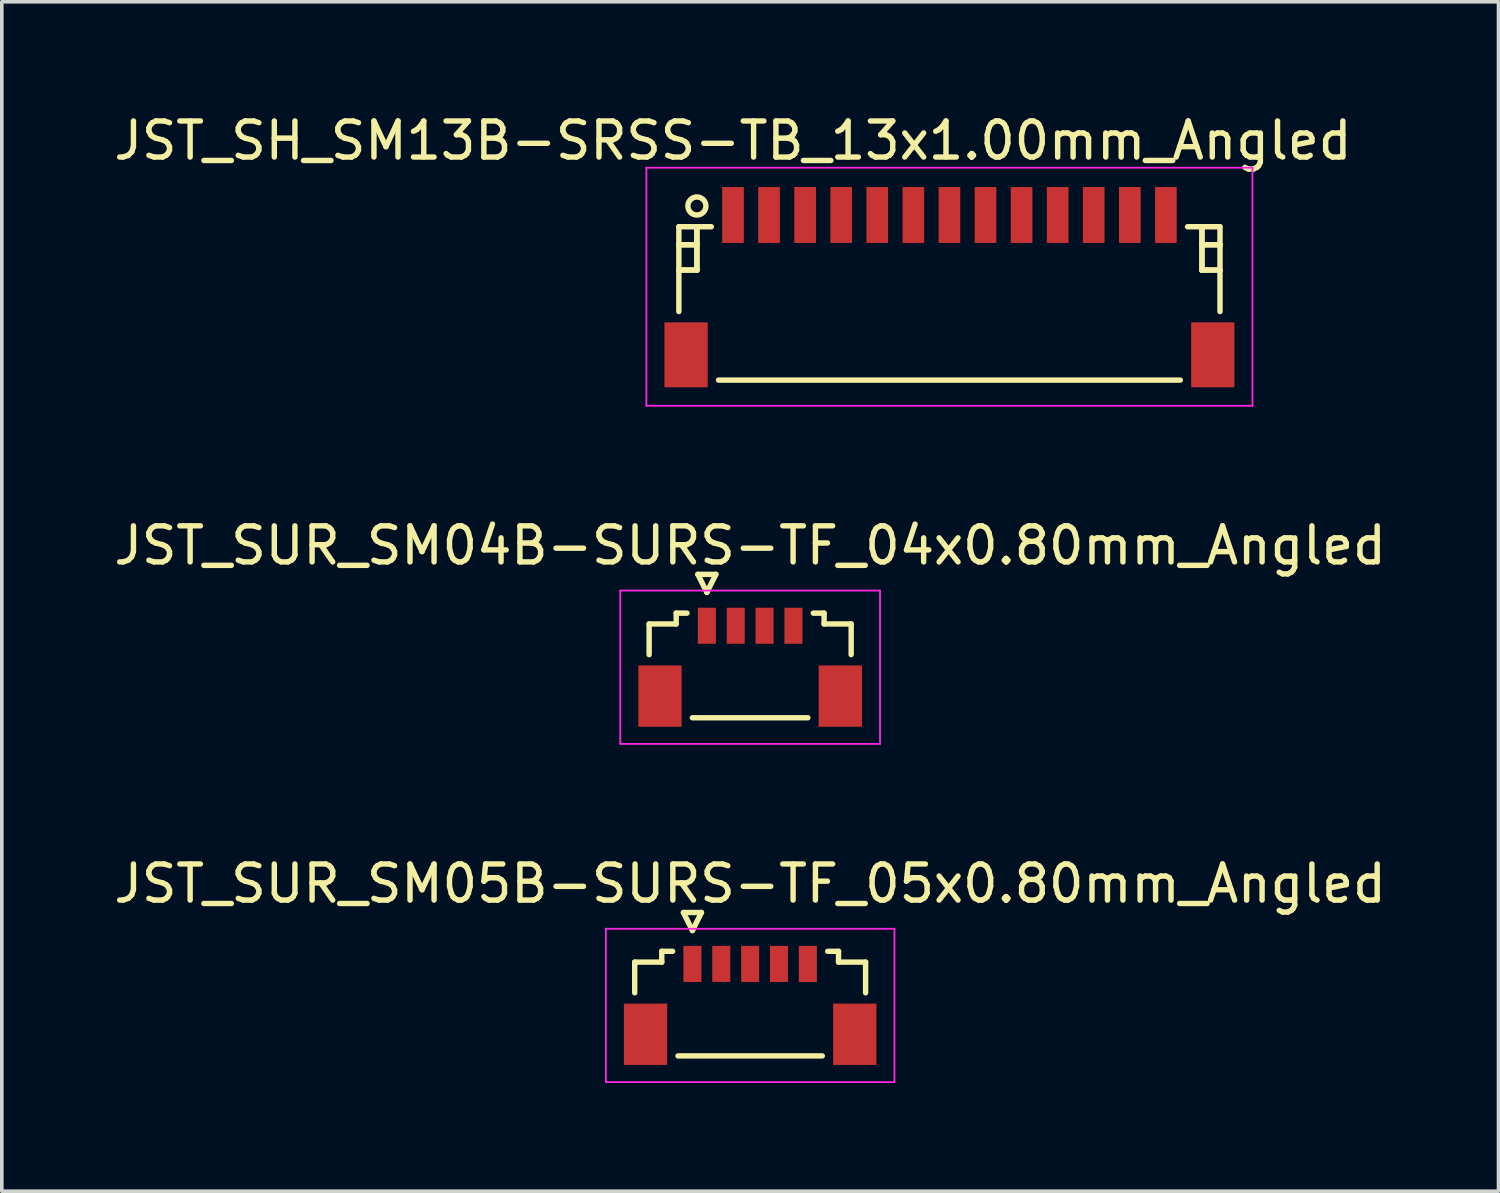
<source format=kicad_pcb>
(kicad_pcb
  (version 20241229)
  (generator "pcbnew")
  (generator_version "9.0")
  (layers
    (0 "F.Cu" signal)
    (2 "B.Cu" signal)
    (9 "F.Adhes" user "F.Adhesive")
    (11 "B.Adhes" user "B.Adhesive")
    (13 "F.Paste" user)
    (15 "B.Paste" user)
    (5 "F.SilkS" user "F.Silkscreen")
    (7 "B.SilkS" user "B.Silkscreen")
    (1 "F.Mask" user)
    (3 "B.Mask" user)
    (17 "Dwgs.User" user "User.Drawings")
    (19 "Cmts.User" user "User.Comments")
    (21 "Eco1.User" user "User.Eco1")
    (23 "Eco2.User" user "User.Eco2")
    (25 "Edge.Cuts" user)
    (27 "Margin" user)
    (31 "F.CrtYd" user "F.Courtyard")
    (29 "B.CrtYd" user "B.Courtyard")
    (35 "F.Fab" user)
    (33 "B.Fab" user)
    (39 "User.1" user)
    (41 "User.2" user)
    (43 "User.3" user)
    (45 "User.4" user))
  (footprint "JST_SH_SM13B-SRSS-TB_13x1.00mm_Angled"
    (layer "F.Cu")
    (at 23.268 4.848)
    (property "Reference" "JST_SH_SM13B-SRSS-TB_13x1.00mm_Angled" (at -6 -4 0) (layer "F.SilkS") (effects (font (size 1 1) (thickness 0.15))))
    (attr smd)
    (fp_line (start -7.5 -1.613) (end -6.6 -1.613) (stroke (width 0.15) (type solid)) (layer "F.SilkS"))
    (fp_line (start -7.5 -1.113) (end -7.5 -1.113) (stroke (width 0.15) (type solid)) (layer "F.SilkS"))
    (fp_line (start -7.5 -1.113) (end -7 -1.113) (stroke (width 0.15) (type solid)) (layer "F.SilkS"))
    (fp_line (start -7.5 -0.412) (end -7.5 -0.412) (stroke (width 0.15) (type solid)) (layer "F.SilkS"))
    (fp_line (start -7.5 -0.412) (end -7 -0.412) (stroke (width 0.15) (type solid)) (layer "F.SilkS"))
    (fp_line (start -7.5 0.738) (end -7.5 -1.613) (stroke (width 0.15) (type solid)) (layer "F.SilkS"))
    (fp_line (start -7 -1.613) (end -7 -1.613) (stroke (width 0.15) (type solid)) (layer "F.SilkS"))
    (fp_line (start -7 -1.613) (end -7 -0.412) (stroke (width 0.15) (type solid)) (layer "F.SilkS"))
    (fp_line (start -7 -1.113) (end -7.5 -1.113) (stroke (width 0.15) (type solid)) (layer "F.SilkS"))
    (fp_line (start -7 -1.113) (end -7 -1.113) (stroke (width 0.15) (type solid)) (layer "F.SilkS"))
    (fp_line (start -7 -0.412) (end -7.5 -0.412) (stroke (width 0.15) (type solid)) (layer "F.SilkS"))
    (fp_line (start -7 -0.412) (end -7 -1.613) (stroke (width 0.15) (type solid)) (layer "F.SilkS"))
    (fp_line (start -7 -0.412) (end -7 -0.412) (stroke (width 0.15) (type solid)) (layer "F.SilkS"))
    (fp_line (start -7 -0.412) (end -7 -0.412) (stroke (width 0.15) (type solid)) (layer "F.SilkS"))
    (fp_line (start -6.4 2.638) (end 6.4 2.638) (stroke (width 0.15) (type solid)) (layer "F.SilkS"))
    (fp_line (start 7 -1.613) (end 7 -1.613) (stroke (width 0.15) (type solid)) (layer "F.SilkS"))
    (fp_line (start 7 -1.613) (end 7 -0.412) (stroke (width 0.15) (type solid)) (layer "F.SilkS"))
    (fp_line (start 7 -1.113) (end 7 -1.113) (stroke (width 0.15) (type solid)) (layer "F.SilkS"))
    (fp_line (start 7 -1.113) (end 7.5 -1.113) (stroke (width 0.15) (type solid)) (layer "F.SilkS"))
    (fp_line (start 7 -0.412) (end 7 -1.613) (stroke (width 0.15) (type solid)) (layer "F.SilkS"))
    (fp_line (start 7 -0.412) (end 7 -0.412) (stroke (width 0.15) (type solid)) (layer "F.SilkS"))
    (fp_line (start 7 -0.412) (end 7 -0.412) (stroke (width 0.15) (type solid)) (layer "F.SilkS"))
    (fp_line (start 7 -0.412) (end 7.5 -0.412) (stroke (width 0.15) (type solid)) (layer "F.SilkS"))
    (fp_line (start 7.5 -1.613) (end 6.6 -1.613) (stroke (width 0.15) (type solid)) (layer "F.SilkS"))
    (fp_line (start 7.5 -1.113) (end 7 -1.113) (stroke (width 0.15) (type solid)) (layer "F.SilkS"))
    (fp_line (start 7.5 -1.113) (end 7.5 -1.113) (stroke (width 0.15) (type solid)) (layer "F.SilkS"))
    (fp_line (start 7.5 -0.412) (end 7 -0.412) (stroke (width 0.15) (type solid)) (layer "F.SilkS"))
    (fp_line (start 7.5 -0.412) (end 7.5 -0.412) (stroke (width 0.15) (type solid)) (layer "F.SilkS"))
    (fp_line (start 7.5 0.738) (end 7.5 -1.613) (stroke (width 0.15) (type solid)) (layer "F.SilkS"))
    (fp_circle (center -7 -2.188) (end -6.75 -2.188) (stroke (width 0.15) (type solid)) (fill no) (layer "F.SilkS"))
    (fp_line (start -8.4 -3.25) (end 8.4 -3.25) (stroke (width 0.05) (type solid)) (layer "F.CrtYd"))
    (fp_line (start -8.4 3.35) (end -8.4 -3.25) (stroke (width 0.05) (type solid)) (layer "F.CrtYd"))
    (fp_line (start 8.4 -3.25) (end 8.4 3.35) (stroke (width 0.05) (type solid)) (layer "F.CrtYd"))
    (fp_line (start 8.4 3.35) (end -8.4 3.35) (stroke (width 0.05) (type solid)) (layer "F.CrtYd"))
    (pad "" smd rect (at -7.3 1.938) (size 1.2 1.8) (layers "F.Cu" "F.Mask" "F.Paste"))
    (pad "" smd rect (at 7.3 1.938) (size 1.2 1.8) (layers "F.Cu" "F.Mask" "F.Paste"))
    (pad "1" smd rect (at -6 -1.938) (size 0.6 1.55) (layers "F.Cu" "F.Mask" "F.Paste"))
    (pad "2" smd rect (at -5 -1.938) (size 0.6 1.55) (layers "F.Cu" "F.Mask" "F.Paste"))
    (pad "3" smd rect (at -4 -1.938) (size 0.6 1.55) (layers "F.Cu" "F.Mask" "F.Paste"))
    (pad "4" smd rect (at -3 -1.938) (size 0.6 1.55) (layers "F.Cu" "F.Mask" "F.Paste"))
    (pad "5" smd rect (at -2 -1.938) (size 0.6 1.55) (layers "F.Cu" "F.Mask" "F.Paste"))
    (pad "6" smd rect (at -1 -1.938) (size 0.6 1.55) (layers "F.Cu" "F.Mask" "F.Paste"))
    (pad "7" smd rect (at 0 -1.938) (size 0.6 1.55) (layers "F.Cu" "F.Mask" "F.Paste"))
    (pad "8" smd rect (at 1 -1.938) (size 0.6 1.55) (layers "F.Cu" "F.Mask" "F.Paste"))
    (pad "9" smd rect (at 2 -1.938) (size 0.6 1.55) (layers "F.Cu" "F.Mask" "F.Paste"))
    (pad "10" smd rect (at 3 -1.938) (size 0.6 1.55) (layers "F.Cu" "F.Mask" "F.Paste"))
    (pad "11" smd rect (at 4 -1.938) (size 0.6 1.55) (layers "F.Cu" "F.Mask" "F.Paste"))
    (pad "12" smd rect (at 5 -1.938) (size 0.6 1.55) (layers "F.Cu" "F.Mask" "F.Paste"))
    (pad "13" smd rect (at 6 -1.938) (size 0.6 1.55) (layers "F.Cu" "F.Mask" "F.Paste")))
  (footprint "JST_SUR_SM04B-SURS-TF_04x0.80mm_Angled"
    (layer "F.Cu")
    (at 17.744 15.271)
    (property "Reference" "JST_SUR_SM04B-SURS-TF_04x0.80mm_Angled" (at 0 -3.2 0) (layer "F.SilkS") (effects (font (size 1 1) (thickness 0.15))))
    (attr smd)
    (fp_line (start -2.8 -1.025) (end -2.8 -0.175) (stroke (width 0.15) (type solid)) (layer "F.SilkS"))
    (fp_line (start -2.05 -1.325) (end -2.05 -1.025) (stroke (width 0.15) (type solid)) (layer "F.SilkS"))
    (fp_line (start -2.05 -1.025) (end -2.8 -1.025) (stroke (width 0.15) (type solid)) (layer "F.SilkS"))
    (fp_line (start -1.75 -1.325) (end -2.05 -1.325) (stroke (width 0.15) (type solid)) (layer "F.SilkS"))
    (fp_line (start -1.6 1.575) (end 1.6 1.575) (stroke (width 0.15) (type solid)) (layer "F.SilkS"))
    (fp_line (start -1.45 -2.4) (end -0.95 -2.4) (stroke (width 0.15) (type solid)) (layer "F.SilkS"))
    (fp_line (start -1.2 -1.9) (end -1.45 -2.4) (stroke (width 0.15) (type solid)) (layer "F.SilkS"))
    (fp_line (start -0.95 -2.4) (end -1.2 -1.9) (stroke (width 0.15) (type solid)) (layer "F.SilkS"))
    (fp_line (start 1.75 -1.325) (end 2.05 -1.325) (stroke (width 0.15) (type solid)) (layer "F.SilkS"))
    (fp_line (start 2.05 -1.325) (end 2.05 -1.025) (stroke (width 0.15) (type solid)) (layer "F.SilkS"))
    (fp_line (start 2.05 -1.025) (end 2.8 -1.025) (stroke (width 0.15) (type solid)) (layer "F.SilkS"))
    (fp_line (start 2.8 -1.025) (end 2.8 -0.175) (stroke (width 0.15) (type solid)) (layer "F.SilkS"))
    (fp_line (start -3.6 -1.95) (end 3.6 -1.95) (stroke (width 0.05) (type solid)) (layer "F.CrtYd"))
    (fp_line (start -3.6 2.3) (end -3.6 -1.95) (stroke (width 0.05) (type solid)) (layer "F.CrtYd"))
    (fp_line (start 3.6 -1.95) (end 3.6 2.3) (stroke (width 0.05) (type solid)) (layer "F.CrtYd"))
    (fp_line (start 3.6 2.3) (end -3.6 2.3) (stroke (width 0.05) (type solid)) (layer "F.CrtYd"))
    (pad "" smd rect (at -2.5 0.975) (size 1.2 1.7) (layers "F.Cu" "F.Mask" "F.Paste"))
    (pad "" smd rect (at 2.5 0.975) (size 1.2 1.7) (layers "F.Cu" "F.Mask" "F.Paste"))
    (pad "1" smd rect (at -1.2 -0.975) (size 0.5 1) (layers "F.Cu" "F.Mask" "F.Paste"))
    (pad "2" smd rect (at -0.4 -0.975) (size 0.5 1) (layers "F.Cu" "F.Mask" "F.Paste"))
    (pad "3" smd rect (at 0.4 -0.975) (size 0.5 1) (layers "F.Cu" "F.Mask" "F.Paste"))
    (pad "4" smd rect (at 1.2 -0.975) (size 0.5 1) (layers "F.Cu" "F.Mask" "F.Paste")))
  (footprint "JST_SUR_SM05B-SURS-TF_05x0.80mm_Angled"
    (layer "F.Cu")
    (at 17.744 24.645)
    (property "Reference" "JST_SUR_SM05B-SURS-TF_05x0.80mm_Angled" (at 0 -3.2 0) (layer "F.SilkS") (effects (font (size 1 1) (thickness 0.15))))
    (attr smd)
    (fp_line (start -3.2 -1.025) (end -3.2 -0.175) (stroke (width 0.15) (type solid)) (layer "F.SilkS"))
    (fp_line (start -2.45 -1.325) (end -2.45 -1.025) (stroke (width 0.15) (type solid)) (layer "F.SilkS"))
    (fp_line (start -2.45 -1.025) (end -3.2 -1.025) (stroke (width 0.15) (type solid)) (layer "F.SilkS"))
    (fp_line (start -2.15 -1.325) (end -2.45 -1.325) (stroke (width 0.15) (type solid)) (layer "F.SilkS"))
    (fp_line (start -2 1.575) (end 2 1.575) (stroke (width 0.15) (type solid)) (layer "F.SilkS"))
    (fp_line (start -1.85 -2.4) (end -1.35 -2.4) (stroke (width 0.15) (type solid)) (layer "F.SilkS"))
    (fp_line (start -1.6 -1.9) (end -1.85 -2.4) (stroke (width 0.15) (type solid)) (layer "F.SilkS"))
    (fp_line (start -1.35 -2.4) (end -1.6 -1.9) (stroke (width 0.15) (type solid)) (layer "F.SilkS"))
    (fp_line (start 2.15 -1.325) (end 2.45 -1.325) (stroke (width 0.15) (type solid)) (layer "F.SilkS"))
    (fp_line (start 2.45 -1.325) (end 2.45 -1.025) (stroke (width 0.15) (type solid)) (layer "F.SilkS"))
    (fp_line (start 2.45 -1.025) (end 3.2 -1.025) (stroke (width 0.15) (type solid)) (layer "F.SilkS"))
    (fp_line (start 3.2 -1.025) (end 3.2 -0.175) (stroke (width 0.15) (type solid)) (layer "F.SilkS"))
    (fp_line (start -4 -1.95) (end 4 -1.95) (stroke (width 0.05) (type solid)) (layer "F.CrtYd"))
    (fp_line (start -4 2.3) (end -4 -1.95) (stroke (width 0.05) (type solid)) (layer "F.CrtYd"))
    (fp_line (start 4 -1.95) (end 4 2.3) (stroke (width 0.05) (type solid)) (layer "F.CrtYd"))
    (fp_line (start 4 2.3) (end -4 2.3) (stroke (width 0.05) (type solid)) (layer "F.CrtYd"))
    (pad "" smd rect (at -2.9 0.975) (size 1.2 1.7) (layers "F.Cu" "F.Mask" "F.Paste"))
    (pad "" smd rect (at 2.9 0.975) (size 1.2 1.7) (layers "F.Cu" "F.Mask" "F.Paste"))
    (pad "1" smd rect (at -1.6 -0.975) (size 0.5 1) (layers "F.Cu" "F.Mask" "F.Paste"))
    (pad "2" smd rect (at -0.8 -0.975) (size 0.5 1) (layers "F.Cu" "F.Mask" "F.Paste"))
    (pad "3" smd rect (at 0 -0.975) (size 0.5 1) (layers "F.Cu" "F.Mask" "F.Paste"))
    (pad "4" smd rect (at 0.8 -0.975) (size 0.5 1) (layers "F.Cu" "F.Mask" "F.Paste"))
    (pad "5" smd rect (at 1.6 -0.975) (size 0.5 1) (layers "F.Cu" "F.Mask" "F.Paste")))
  (gr_rect
    (start -3 -3)
    (end 38.488 29.97)
    (stroke (width 0.1) (type default))
    (fill no)
    (layer "Edge.Cuts")))
</source>
